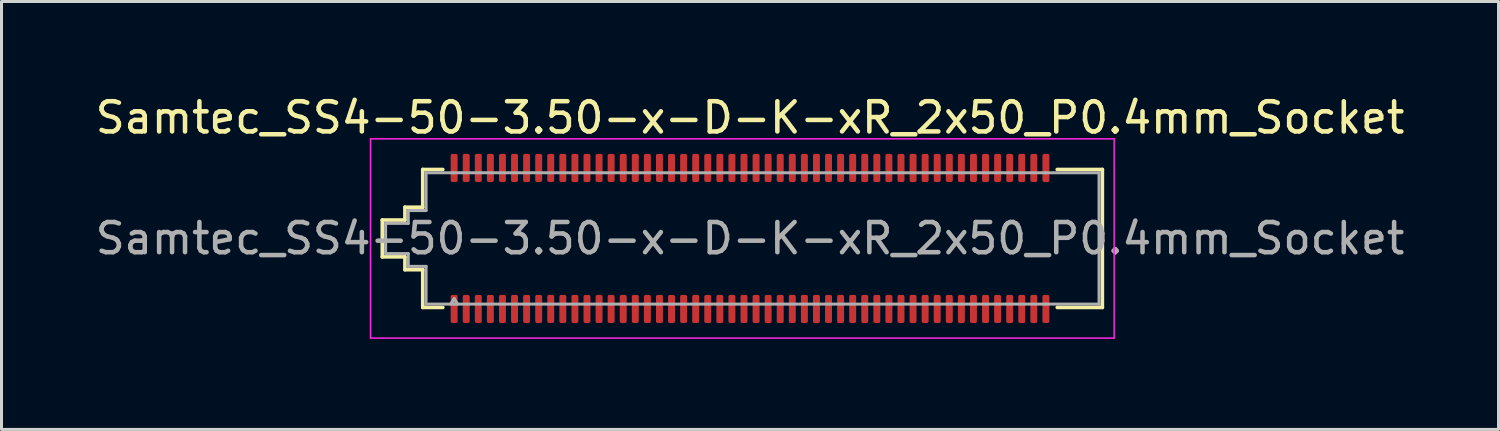
<source format=kicad_pcb>
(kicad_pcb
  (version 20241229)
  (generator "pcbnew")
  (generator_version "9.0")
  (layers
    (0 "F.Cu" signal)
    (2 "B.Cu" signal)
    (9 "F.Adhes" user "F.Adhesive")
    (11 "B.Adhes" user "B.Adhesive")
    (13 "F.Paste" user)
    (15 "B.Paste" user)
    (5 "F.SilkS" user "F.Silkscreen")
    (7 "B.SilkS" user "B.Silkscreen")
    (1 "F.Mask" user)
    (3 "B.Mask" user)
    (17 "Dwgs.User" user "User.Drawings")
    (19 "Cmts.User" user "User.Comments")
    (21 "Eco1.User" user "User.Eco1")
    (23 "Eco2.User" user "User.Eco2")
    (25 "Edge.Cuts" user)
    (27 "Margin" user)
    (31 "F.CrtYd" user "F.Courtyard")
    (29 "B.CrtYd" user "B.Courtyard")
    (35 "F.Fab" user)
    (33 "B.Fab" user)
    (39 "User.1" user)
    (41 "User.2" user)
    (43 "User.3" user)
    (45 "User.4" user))
  (footprint "Samtec_SS4-50-3.50-x-D-K-xR_2x50_P0.4mm_Socket"
    (layer "F.Cu")
    (at 21.792 4.848)
    (property "Reference" "Samtec_SS4-50-3.50-x-D-K-xR_2x50_P0.4mm_Socket" (at 0 -4 0) (layer "F.SilkS") (effects (font (size 1 1) (thickness 0.15))))
    (attr smd)
    (fp_line (start -12.18 -0.61) (end -11.43 -0.61) (stroke (width 0.12) (type solid)) (layer "F.SilkS"))
    (fp_line (start -12.18 0.61) (end -12.18 -0.61) (stroke (width 0.12) (type solid)) (layer "F.SilkS"))
    (fp_line (start -11.43 -1.035) (end -10.84 -1.035) (stroke (width 0.12) (type solid)) (layer "F.SilkS"))
    (fp_line (start -11.43 -0.61) (end -11.43 -1.035) (stroke (width 0.12) (type solid)) (layer "F.SilkS"))
    (fp_line (start -11.43 0.61) (end -12.18 0.61) (stroke (width 0.12) (type solid)) (layer "F.SilkS"))
    (fp_line (start -11.43 1.035) (end -11.43 0.61) (stroke (width 0.12) (type solid)) (layer "F.SilkS"))
    (fp_line (start -10.84 -2.285) (end -10.175 -2.285) (stroke (width 0.12) (type solid)) (layer "F.SilkS"))
    (fp_line (start -10.84 -1.035) (end -10.84 -2.285) (stroke (width 0.12) (type solid)) (layer "F.SilkS"))
    (fp_line (start -10.84 1.035) (end -11.43 1.035) (stroke (width 0.12) (type solid)) (layer "F.SilkS"))
    (fp_line (start -10.84 2.285) (end -10.84 1.035) (stroke (width 0.12) (type solid)) (layer "F.SilkS"))
    (fp_line (start -10.175 2.285) (end -10.84 2.285) (stroke (width 0.12) (type solid)) (layer "F.SilkS"))
    (fp_line (start 10.175 -2.285) (end 11.67 -2.285) (stroke (width 0.12) (type solid)) (layer "F.SilkS"))
    (fp_line (start 11.67 -2.285) (end 11.67 2.285) (stroke (width 0.12) (type solid)) (layer "F.SilkS"))
    (fp_line (start 11.67 2.285) (end 10.175 2.285) (stroke (width 0.12) (type solid)) (layer "F.SilkS"))
    (fp_line (start -12.57 -3.3) (end -12.57 3.3) (stroke (width 0.05) (type solid)) (layer "F.CrtYd"))
    (fp_line (start -12.57 3.3) (end 12.06 3.3) (stroke (width 0.05) (type solid)) (layer "F.CrtYd"))
    (fp_line (start 12.06 -3.3) (end -12.57 -3.3) (stroke (width 0.05) (type solid)) (layer "F.CrtYd"))
    (fp_line (start 12.06 3.3) (end 12.06 -3.3) (stroke (width 0.05) (type solid)) (layer "F.CrtYd"))
    (fp_line (start -12.07 -0.5) (end -11.32 -0.5) (stroke (width 0.1) (type solid)) (layer "F.Fab"))
    (fp_line (start -12.07 0.5) (end -12.07 -0.5) (stroke (width 0.1) (type solid)) (layer "F.Fab"))
    (fp_line (start -11.32 -0.925) (end -10.73 -0.925) (stroke (width 0.1) (type solid)) (layer "F.Fab"))
    (fp_line (start -11.32 -0.5) (end -11.32 -0.925) (stroke (width 0.1) (type solid)) (layer "F.Fab"))
    (fp_line (start -11.32 0.5) (end -12.07 0.5) (stroke (width 0.1) (type solid)) (layer "F.Fab"))
    (fp_line (start -11.32 0.925) (end -11.32 0.5) (stroke (width 0.1) (type solid)) (layer "F.Fab"))
    (fp_line (start -10.73 -2.175) (end -9.8 -2.175) (stroke (width 0.1) (type solid)) (layer "F.Fab"))
    (fp_line (start -10.73 -0.925) (end -10.73 -2.175) (stroke (width 0.1) (type solid)) (layer "F.Fab"))
    (fp_line (start -10.73 0.925) (end -11.32 0.925) (stroke (width 0.1) (type solid)) (layer "F.Fab"))
    (fp_line (start -10.73 2.175) (end -10.73 0.925) (stroke (width 0.1) (type solid)) (layer "F.Fab"))
    (fp_line (start -9.8 -2.175) (end 9.8 -2.175) (stroke (width 0.1) (type solid)) (layer "F.Fab"))
    (fp_line (start -9.8 1.991) (end -9.915 2.175) (stroke (width 0.1) (type solid)) (layer "F.Fab"))
    (fp_line (start -9.8 1.991) (end -9.685 2.175) (stroke (width 0.1) (type solid)) (layer "F.Fab"))
    (fp_line (start -9.8 2.175) (end -10.73 2.175) (stroke (width 0.1) (type solid)) (layer "F.Fab"))
    (fp_line (start 9.8 -2.175) (end 11.56 -2.175) (stroke (width 0.1) (type solid)) (layer "F.Fab"))
    (fp_line (start 9.8 2.175) (end -9.8 2.175) (stroke (width 0.1) (type solid)) (layer "F.Fab"))
    (fp_line (start 11.56 -2.175) (end 11.56 2.175) (stroke (width 0.1) (type solid)) (layer "F.Fab"))
    (fp_line (start 11.56 2.175) (end 9.8 2.175) (stroke (width 0.1) (type solid)) (layer "F.Fab"))
    (fp_text user "${REFERENCE}" (at 0 0 0) (layer "F.Fab") (effects (font (size 1 1) (thickness 0.15))))
    (pad "1" smd roundrect (at -9.8 2.335) (size 0.23 0.93) (layers "F.Cu" "F.Mask" "F.Paste") (roundrect_rratio 0.25))
    (pad "2" smd roundrect (at -9.8 -2.335) (size 0.23 0.93) (layers "F.Cu" "F.Mask" "F.Paste") (roundrect_rratio 0.25))
    (pad "3" smd roundrect (at -9.4 2.335) (size 0.23 0.93) (layers "F.Cu" "F.Mask" "F.Paste") (roundrect_rratio 0.25))
    (pad "4" smd roundrect (at -9.4 -2.335) (size 0.23 0.93) (layers "F.Cu" "F.Mask" "F.Paste") (roundrect_rratio 0.25))
    (pad "5" smd roundrect (at -9 2.335) (size 0.23 0.93) (layers "F.Cu" "F.Mask" "F.Paste") (roundrect_rratio 0.25))
    (pad "6" smd roundrect (at -9 -2.335) (size 0.23 0.93) (layers "F.Cu" "F.Mask" "F.Paste") (roundrect_rratio 0.25))
    (pad "7" smd roundrect (at -8.6 2.335) (size 0.23 0.93) (layers "F.Cu" "F.Mask" "F.Paste") (roundrect_rratio 0.25))
    (pad "8" smd roundrect (at -8.6 -2.335) (size 0.23 0.93) (layers "F.Cu" "F.Mask" "F.Paste") (roundrect_rratio 0.25))
    (pad "9" smd roundrect (at -8.2 2.335) (size 0.23 0.93) (layers "F.Cu" "F.Mask" "F.Paste") (roundrect_rratio 0.25))
    (pad "10" smd roundrect (at -8.2 -2.335) (size 0.23 0.93) (layers "F.Cu" "F.Mask" "F.Paste") (roundrect_rratio 0.25))
    (pad "11" smd roundrect (at -7.8 2.335) (size 0.23 0.93) (layers "F.Cu" "F.Mask" "F.Paste") (roundrect_rratio 0.25))
    (pad "12" smd roundrect (at -7.8 -2.335) (size 0.23 0.93) (layers "F.Cu" "F.Mask" "F.Paste") (roundrect_rratio 0.25))
    (pad "13" smd roundrect (at -7.4 2.335) (size 0.23 0.93) (layers "F.Cu" "F.Mask" "F.Paste") (roundrect_rratio 0.25))
    (pad "14" smd roundrect (at -7.4 -2.335) (size 0.23 0.93) (layers "F.Cu" "F.Mask" "F.Paste") (roundrect_rratio 0.25))
    (pad "15" smd roundrect (at -7 2.335) (size 0.23 0.93) (layers "F.Cu" "F.Mask" "F.Paste") (roundrect_rratio 0.25))
    (pad "16" smd roundrect (at -7 -2.335) (size 0.23 0.93) (layers "F.Cu" "F.Mask" "F.Paste") (roundrect_rratio 0.25))
    (pad "17" smd roundrect (at -6.6 2.335) (size 0.23 0.93) (layers "F.Cu" "F.Mask" "F.Paste") (roundrect_rratio 0.25))
    (pad "18" smd roundrect (at -6.6 -2.335) (size 0.23 0.93) (layers "F.Cu" "F.Mask" "F.Paste") (roundrect_rratio 0.25))
    (pad "19" smd roundrect (at -6.2 2.335) (size 0.23 0.93) (layers "F.Cu" "F.Mask" "F.Paste") (roundrect_rratio 0.25))
    (pad "20" smd roundrect (at -6.2 -2.335) (size 0.23 0.93) (layers "F.Cu" "F.Mask" "F.Paste") (roundrect_rratio 0.25))
    (pad "21" smd roundrect (at -5.8 2.335) (size 0.23 0.93) (layers "F.Cu" "F.Mask" "F.Paste") (roundrect_rratio 0.25))
    (pad "22" smd roundrect (at -5.8 -2.335) (size 0.23 0.93) (layers "F.Cu" "F.Mask" "F.Paste") (roundrect_rratio 0.25))
    (pad "23" smd roundrect (at -5.4 2.335) (size 0.23 0.93) (layers "F.Cu" "F.Mask" "F.Paste") (roundrect_rratio 0.25))
    (pad "24" smd roundrect (at -5.4 -2.335) (size 0.23 0.93) (layers "F.Cu" "F.Mask" "F.Paste") (roundrect_rratio 0.25))
    (pad "25" smd roundrect (at -5 2.335) (size 0.23 0.93) (layers "F.Cu" "F.Mask" "F.Paste") (roundrect_rratio 0.25))
    (pad "26" smd roundrect (at -5 -2.335) (size 0.23 0.93) (layers "F.Cu" "F.Mask" "F.Paste") (roundrect_rratio 0.25))
    (pad "27" smd roundrect (at -4.6 2.335) (size 0.23 0.93) (layers "F.Cu" "F.Mask" "F.Paste") (roundrect_rratio 0.25))
    (pad "28" smd roundrect (at -4.6 -2.335) (size 0.23 0.93) (layers "F.Cu" "F.Mask" "F.Paste") (roundrect_rratio 0.25))
    (pad "29" smd roundrect (at -4.2 2.335) (size 0.23 0.93) (layers "F.Cu" "F.Mask" "F.Paste") (roundrect_rratio 0.25))
    (pad "30" smd roundrect (at -4.2 -2.335) (size 0.23 0.93) (layers "F.Cu" "F.Mask" "F.Paste") (roundrect_rratio 0.25))
    (pad "31" smd roundrect (at -3.8 2.335) (size 0.23 0.93) (layers "F.Cu" "F.Mask" "F.Paste") (roundrect_rratio 0.25))
    (pad "32" smd roundrect (at -3.8 -2.335) (size 0.23 0.93) (layers "F.Cu" "F.Mask" "F.Paste") (roundrect_rratio 0.25))
    (pad "33" smd roundrect (at -3.4 2.335) (size 0.23 0.93) (layers "F.Cu" "F.Mask" "F.Paste") (roundrect_rratio 0.25))
    (pad "34" smd roundrect (at -3.4 -2.335) (size 0.23 0.93) (layers "F.Cu" "F.Mask" "F.Paste") (roundrect_rratio 0.25))
    (pad "35" smd roundrect (at -3 2.335) (size 0.23 0.93) (layers "F.Cu" "F.Mask" "F.Paste") (roundrect_rratio 0.25))
    (pad "36" smd roundrect (at -3 -2.335) (size 0.23 0.93) (layers "F.Cu" "F.Mask" "F.Paste") (roundrect_rratio 0.25))
    (pad "37" smd roundrect (at -2.6 2.335) (size 0.23 0.93) (layers "F.Cu" "F.Mask" "F.Paste") (roundrect_rratio 0.25))
    (pad "38" smd roundrect (at -2.6 -2.335) (size 0.23 0.93) (layers "F.Cu" "F.Mask" "F.Paste") (roundrect_rratio 0.25))
    (pad "39" smd roundrect (at -2.2 2.335) (size 0.23 0.93) (layers "F.Cu" "F.Mask" "F.Paste") (roundrect_rratio 0.25))
    (pad "40" smd roundrect (at -2.2 -2.335) (size 0.23 0.93) (layers "F.Cu" "F.Mask" "F.Paste") (roundrect_rratio 0.25))
    (pad "41" smd roundrect (at -1.8 2.335) (size 0.23 0.93) (layers "F.Cu" "F.Mask" "F.Paste") (roundrect_rratio 0.25))
    (pad "42" smd roundrect (at -1.8 -2.335) (size 0.23 0.93) (layers "F.Cu" "F.Mask" "F.Paste") (roundrect_rratio 0.25))
    (pad "43" smd roundrect (at -1.4 2.335) (size 0.23 0.93) (layers "F.Cu" "F.Mask" "F.Paste") (roundrect_rratio 0.25))
    (pad "44" smd roundrect (at -1.4 -2.335) (size 0.23 0.93) (layers "F.Cu" "F.Mask" "F.Paste") (roundrect_rratio 0.25))
    (pad "45" smd roundrect (at -1 2.335) (size 0.23 0.93) (layers "F.Cu" "F.Mask" "F.Paste") (roundrect_rratio 0.25))
    (pad "46" smd roundrect (at -1 -2.335) (size 0.23 0.93) (layers "F.Cu" "F.Mask" "F.Paste") (roundrect_rratio 0.25))
    (pad "47" smd roundrect (at -0.6 2.335) (size 0.23 0.93) (layers "F.Cu" "F.Mask" "F.Paste") (roundrect_rratio 0.25))
    (pad "48" smd roundrect (at -0.6 -2.335) (size 0.23 0.93) (layers "F.Cu" "F.Mask" "F.Paste") (roundrect_rratio 0.25))
    (pad "49" smd roundrect (at -0.2 2.335) (size 0.23 0.93) (layers "F.Cu" "F.Mask" "F.Paste") (roundrect_rratio 0.25))
    (pad "50" smd roundrect (at -0.2 -2.335) (size 0.23 0.93) (layers "F.Cu" "F.Mask" "F.Paste") (roundrect_rratio 0.25))
    (pad "51" smd roundrect (at 0.2 2.335) (size 0.23 0.93) (layers "F.Cu" "F.Mask" "F.Paste") (roundrect_rratio 0.25))
    (pad "52" smd roundrect (at 0.2 -2.335) (size 0.23 0.93) (layers "F.Cu" "F.Mask" "F.Paste") (roundrect_rratio 0.25))
    (pad "53" smd roundrect (at 0.6 2.335) (size 0.23 0.93) (layers "F.Cu" "F.Mask" "F.Paste") (roundrect_rratio 0.25))
    (pad "54" smd roundrect (at 0.6 -2.335) (size 0.23 0.93) (layers "F.Cu" "F.Mask" "F.Paste") (roundrect_rratio 0.25))
    (pad "55" smd roundrect (at 1 2.335) (size 0.23 0.93) (layers "F.Cu" "F.Mask" "F.Paste") (roundrect_rratio 0.25))
    (pad "56" smd roundrect (at 1 -2.335) (size 0.23 0.93) (layers "F.Cu" "F.Mask" "F.Paste") (roundrect_rratio 0.25))
    (pad "57" smd roundrect (at 1.4 2.335) (size 0.23 0.93) (layers "F.Cu" "F.Mask" "F.Paste") (roundrect_rratio 0.25))
    (pad "58" smd roundrect (at 1.4 -2.335) (size 0.23 0.93) (layers "F.Cu" "F.Mask" "F.Paste") (roundrect_rratio 0.25))
    (pad "59" smd roundrect (at 1.8 2.335) (size 0.23 0.93) (layers "F.Cu" "F.Mask" "F.Paste") (roundrect_rratio 0.25))
    (pad "60" smd roundrect (at 1.8 -2.335) (size 0.23 0.93) (layers "F.Cu" "F.Mask" "F.Paste") (roundrect_rratio 0.25))
    (pad "61" smd roundrect (at 2.2 2.335) (size 0.23 0.93) (layers "F.Cu" "F.Mask" "F.Paste") (roundrect_rratio 0.25))
    (pad "62" smd roundrect (at 2.2 -2.335) (size 0.23 0.93) (layers "F.Cu" "F.Mask" "F.Paste") (roundrect_rratio 0.25))
    (pad "63" smd roundrect (at 2.6 2.335) (size 0.23 0.93) (layers "F.Cu" "F.Mask" "F.Paste") (roundrect_rratio 0.25))
    (pad "64" smd roundrect (at 2.6 -2.335) (size 0.23 0.93) (layers "F.Cu" "F.Mask" "F.Paste") (roundrect_rratio 0.25))
    (pad "65" smd roundrect (at 3 2.335) (size 0.23 0.93) (layers "F.Cu" "F.Mask" "F.Paste") (roundrect_rratio 0.25))
    (pad "66" smd roundrect (at 3 -2.335) (size 0.23 0.93) (layers "F.Cu" "F.Mask" "F.Paste") (roundrect_rratio 0.25))
    (pad "67" smd roundrect (at 3.4 2.335) (size 0.23 0.93) (layers "F.Cu" "F.Mask" "F.Paste") (roundrect_rratio 0.25))
    (pad "68" smd roundrect (at 3.4 -2.335) (size 0.23 0.93) (layers "F.Cu" "F.Mask" "F.Paste") (roundrect_rratio 0.25))
    (pad "69" smd roundrect (at 3.8 2.335) (size 0.23 0.93) (layers "F.Cu" "F.Mask" "F.Paste") (roundrect_rratio 0.25))
    (pad "70" smd roundrect (at 3.8 -2.335) (size 0.23 0.93) (layers "F.Cu" "F.Mask" "F.Paste") (roundrect_rratio 0.25))
    (pad "71" smd roundrect (at 4.2 2.335) (size 0.23 0.93) (layers "F.Cu" "F.Mask" "F.Paste") (roundrect_rratio 0.25))
    (pad "72" smd roundrect (at 4.2 -2.335) (size 0.23 0.93) (layers "F.Cu" "F.Mask" "F.Paste") (roundrect_rratio 0.25))
    (pad "73" smd roundrect (at 4.6 2.335) (size 0.23 0.93) (layers "F.Cu" "F.Mask" "F.Paste") (roundrect_rratio 0.25))
    (pad "74" smd roundrect (at 4.6 -2.335) (size 0.23 0.93) (layers "F.Cu" "F.Mask" "F.Paste") (roundrect_rratio 0.25))
    (pad "75" smd roundrect (at 5 2.335) (size 0.23 0.93) (layers "F.Cu" "F.Mask" "F.Paste") (roundrect_rratio 0.25))
    (pad "76" smd roundrect (at 5 -2.335) (size 0.23 0.93) (layers "F.Cu" "F.Mask" "F.Paste") (roundrect_rratio 0.25))
    (pad "77" smd roundrect (at 5.4 2.335) (size 0.23 0.93) (layers "F.Cu" "F.Mask" "F.Paste") (roundrect_rratio 0.25))
    (pad "78" smd roundrect (at 5.4 -2.335) (size 0.23 0.93) (layers "F.Cu" "F.Mask" "F.Paste") (roundrect_rratio 0.25))
    (pad "79" smd roundrect (at 5.8 2.335) (size 0.23 0.93) (layers "F.Cu" "F.Mask" "F.Paste") (roundrect_rratio 0.25))
    (pad "80" smd roundrect (at 5.8 -2.335) (size 0.23 0.93) (layers "F.Cu" "F.Mask" "F.Paste") (roundrect_rratio 0.25))
    (pad "81" smd roundrect (at 6.2 2.335) (size 0.23 0.93) (layers "F.Cu" "F.Mask" "F.Paste") (roundrect_rratio 0.25))
    (pad "82" smd roundrect (at 6.2 -2.335) (size 0.23 0.93) (layers "F.Cu" "F.Mask" "F.Paste") (roundrect_rratio 0.25))
    (pad "83" smd roundrect (at 6.6 2.335) (size 0.23 0.93) (layers "F.Cu" "F.Mask" "F.Paste") (roundrect_rratio 0.25))
    (pad "84" smd roundrect (at 6.6 -2.335) (size 0.23 0.93) (layers "F.Cu" "F.Mask" "F.Paste") (roundrect_rratio 0.25))
    (pad "85" smd roundrect (at 7 2.335) (size 0.23 0.93) (layers "F.Cu" "F.Mask" "F.Paste") (roundrect_rratio 0.25))
    (pad "86" smd roundrect (at 7 -2.335) (size 0.23 0.93) (layers "F.Cu" "F.Mask" "F.Paste") (roundrect_rratio 0.25))
    (pad "87" smd roundrect (at 7.4 2.335) (size 0.23 0.93) (layers "F.Cu" "F.Mask" "F.Paste") (roundrect_rratio 0.25))
    (pad "88" smd roundrect (at 7.4 -2.335) (size 0.23 0.93) (layers "F.Cu" "F.Mask" "F.Paste") (roundrect_rratio 0.25))
    (pad "89" smd roundrect (at 7.8 2.335) (size 0.23 0.93) (layers "F.Cu" "F.Mask" "F.Paste") (roundrect_rratio 0.25))
    (pad "90" smd roundrect (at 7.8 -2.335) (size 0.23 0.93) (layers "F.Cu" "F.Mask" "F.Paste") (roundrect_rratio 0.25))
    (pad "91" smd roundrect (at 8.2 2.335) (size 0.23 0.93) (layers "F.Cu" "F.Mask" "F.Paste") (roundrect_rratio 0.25))
    (pad "92" smd roundrect (at 8.2 -2.335) (size 0.23 0.93) (layers "F.Cu" "F.Mask" "F.Paste") (roundrect_rratio 0.25))
    (pad "93" smd roundrect (at 8.6 2.335) (size 0.23 0.93) (layers "F.Cu" "F.Mask" "F.Paste") (roundrect_rratio 0.25))
    (pad "94" smd roundrect (at 8.6 -2.335) (size 0.23 0.93) (layers "F.Cu" "F.Mask" "F.Paste") (roundrect_rratio 0.25))
    (pad "95" smd roundrect (at 9 2.335) (size 0.23 0.93) (layers "F.Cu" "F.Mask" "F.Paste") (roundrect_rratio 0.25))
    (pad "96" smd roundrect (at 9 -2.335) (size 0.23 0.93) (layers "F.Cu" "F.Mask" "F.Paste") (roundrect_rratio 0.25))
    (pad "97" smd roundrect (at 9.4 2.335) (size 0.23 0.93) (layers "F.Cu" "F.Mask" "F.Paste") (roundrect_rratio 0.25))
    (pad "98" smd roundrect (at 9.4 -2.335) (size 0.23 0.93) (layers "F.Cu" "F.Mask" "F.Paste") (roundrect_rratio 0.25))
    (pad "99" smd roundrect (at 9.8 2.335) (size 0.23 0.93) (layers "F.Cu" "F.Mask" "F.Paste") (roundrect_rratio 0.25))
    (pad "100" smd roundrect (at 9.8 -2.335) (size 0.23 0.93) (layers "F.Cu" "F.Mask" "F.Paste") (roundrect_rratio 0.25)))
  (gr_rect
    (start -3 -3)
    (end 46.583 11.173)
    (stroke (width 0.1) (type default))
    (fill no)
    (layer "Edge.Cuts")))
</source>
